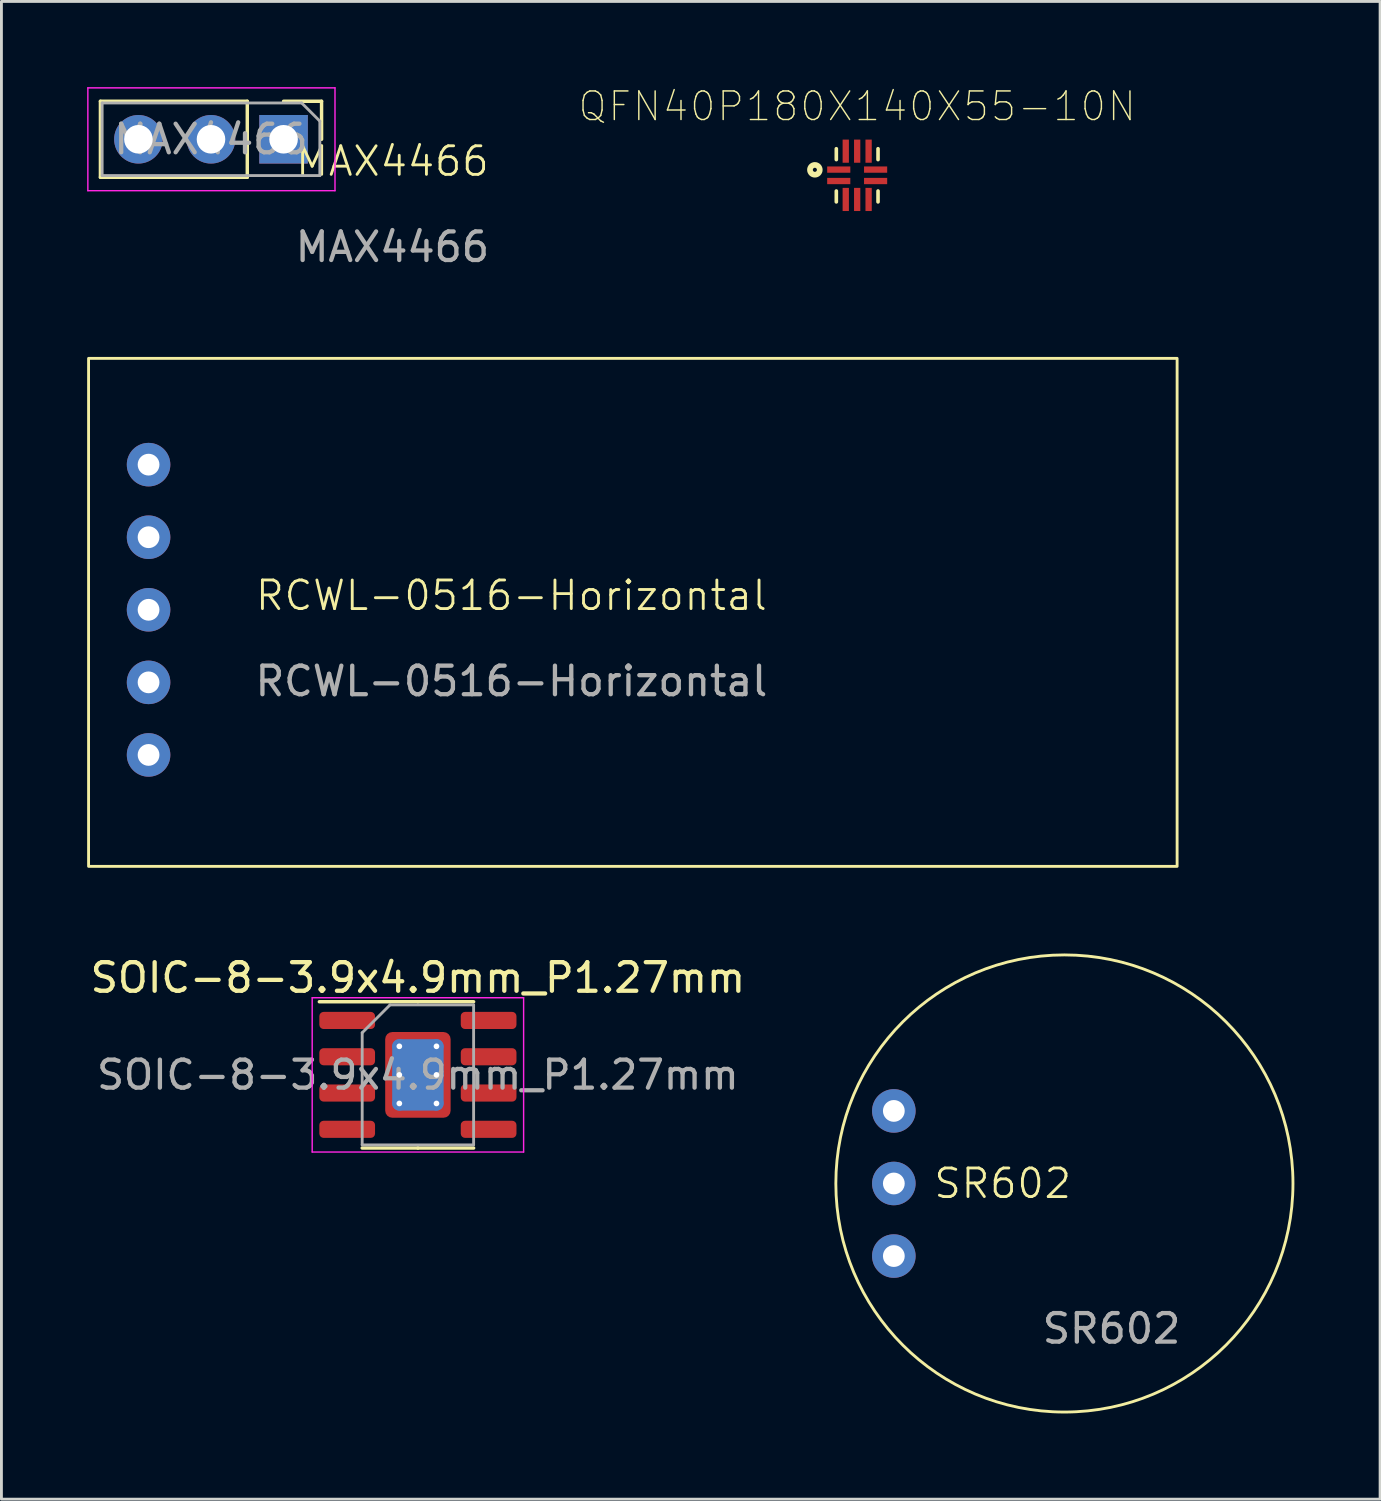
<source format=kicad_pcb>
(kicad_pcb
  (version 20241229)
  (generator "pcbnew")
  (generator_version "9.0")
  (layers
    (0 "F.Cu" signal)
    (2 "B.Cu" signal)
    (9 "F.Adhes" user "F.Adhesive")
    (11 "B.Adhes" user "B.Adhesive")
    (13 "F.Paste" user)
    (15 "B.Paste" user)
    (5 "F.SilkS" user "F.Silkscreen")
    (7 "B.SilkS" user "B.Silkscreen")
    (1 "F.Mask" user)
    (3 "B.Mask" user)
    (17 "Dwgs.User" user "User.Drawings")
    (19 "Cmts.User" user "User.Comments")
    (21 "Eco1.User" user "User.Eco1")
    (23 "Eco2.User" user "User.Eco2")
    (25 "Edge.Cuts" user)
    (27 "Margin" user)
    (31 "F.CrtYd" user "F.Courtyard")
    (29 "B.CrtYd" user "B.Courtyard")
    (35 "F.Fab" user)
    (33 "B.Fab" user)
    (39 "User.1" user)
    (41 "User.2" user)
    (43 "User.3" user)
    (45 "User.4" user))
  (footprint "QFN40P180X140X55-10N"
    (layer "F.Cu")
    (at 26.952 3.086)
    (property "Reference" "QFN40P180X140X55-10N" (at 0 -2.413 0) (layer "F.SilkS") (effects (font (size 1 1) (thickness 0.05))))
    (attr smd)
    (fp_line (start -0.73 -0.55) (end -0.73 -0.93) (stroke (width 0.127) (type solid)) (layer "F.SilkS"))
    (fp_line (start -0.73 0.93) (end -0.73 0.55) (stroke (width 0.127) (type solid)) (layer "F.SilkS"))
    (fp_line (start 0.73 -0.55) (end 0.73 -0.93) (stroke (width 0.127) (type solid)) (layer "F.SilkS"))
    (fp_line (start 0.73 0.93) (end 0.73 0.55) (stroke (width 0.127) (type solid)) (layer "F.SilkS"))
    (fp_circle (center -1.481 -0.192) (end -1.41 -0.192) (stroke (width 0.2) (type solid)) (fill no) (layer "F.SilkS"))
    (fp_line (start -1.3 -1.5) (end 1.3 -1.5) (stroke (width 0.05) (type solid)) (layer "Eco1.User"))
    (fp_line (start -1.3 1.5) (end -1.3 -1.5) (stroke (width 0.05) (type solid)) (layer "Eco1.User"))
    (fp_line (start 1.3 -1.5) (end 1.3 1.5) (stroke (width 0.05) (type solid)) (layer "Eco1.User"))
    (fp_line (start 1.3 1.5) (end -1.3 1.5) (stroke (width 0.05) (type solid)) (layer "Eco1.User"))
    (fp_line (start -0.73 -0.93) (end 0.73 -0.93) (stroke (width 0.127) (type solid)) (layer "Eco2.User"))
    (fp_line (start -0.73 0.93) (end -0.73 -0.93) (stroke (width 0.127) (type solid)) (layer "Eco2.User"))
    (fp_line (start 0.73 -0.93) (end 0.73 0.93) (stroke (width 0.127) (type solid)) (layer "Eco2.User"))
    (fp_line (start 0.73 0.93) (end -0.73 0.93) (stroke (width 0.127) (type solid)) (layer "Eco2.User"))
    (fp_circle (center -1.481 -0.192) (end -1.41 -0.192) (stroke (width 0.2) (type solid)) (fill no) (layer "Eco2.User"))
    (pad "1" smd rect (at -0.645 -0.2) (size 0.81 0.22) (layers "F.Cu" "F.Mask" "F.Paste"))
    (pad "2" smd rect (at -0.645 0.2) (size 0.81 0.22) (layers "F.Cu" "F.Mask" "F.Paste"))
    (pad "3" smd rect (at -0.4 0.845 270) (size 0.81 0.22) (layers "F.Cu" "F.Mask" "F.Paste"))
    (pad "4" smd rect (at 0 0.845 270) (size 0.81 0.22) (layers "F.Cu" "F.Mask" "F.Paste"))
    (pad "5" smd rect (at 0.4 0.845 270) (size 0.81 0.22) (layers "F.Cu" "F.Mask" "F.Paste"))
    (pad "6" smd rect (at 0.645 0.2) (size 0.81 0.22) (layers "F.Cu" "F.Mask" "F.Paste"))
    (pad "7" smd rect (at 0.645 -0.2) (size 0.81 0.22) (layers "F.Cu" "F.Mask" "F.Paste"))
    (pad "8" smd rect (at 0.4 -0.845 270) (size 0.81 0.22) (layers "F.Cu" "F.Mask" "F.Paste"))
    (pad "9" smd rect (at 0 -0.845 270) (size 0.81 0.22) (layers "F.Cu" "F.Mask" "F.Paste"))
    (pad "10" smd rect (at -0.4 -0.845 270) (size 0.81 0.22) (layers "F.Cu" "F.Mask" "F.Paste")))
  (footprint "SR602"
    (layer "F.Cu")
    (at 28.235 38.373)
    (property "Reference" "SR602" (at 3.81 0 0) (unlocked yes) (layer "F.SilkS") (effects (font (size 1 1) (thickness 0.1))))
    (attr through_hole)
    (fp_circle (center 5.97 0) (end 13.97 0) (stroke (width 0.1) (type default)) (fill no) (layer "F.SilkS"))
    (fp_text user "${REFERENCE}" (at 7.62 5.08 0) (unlocked yes) (layer "F.Fab") (effects (font (size 1 1) (thickness 0.15))))
    (pad "1" thru_hole circle (at 0 -2.54) (size 1.524 1.524) (drill 0.762) (layers "*.Cu" "*.Mask"))
    (pad "2" thru_hole circle (at 0 0) (size 1.524 1.524) (drill 0.762) (layers "*.Cu" "*.Mask"))
    (pad "3" thru_hole circle (at 0 2.54) (size 1.524 1.524) (drill 0.762) (layers "*.Cu" "*.Mask")))
  (footprint "RCWL-0516-Horizontal"
    (layer "F.Cu")
    (at 14.85 18.293)
    (property "Reference" "RCWL-0516-Horizontal" (at 0 -0.5 0) (unlocked yes) (layer "F.SilkS") (effects (font (size 1 1) (thickness 0.1))))
    (attr through_hole)
    (fp_rect (start -14.8 -8.8) (end 23.3 8.98) (stroke (width 0.1) (type default)) (fill no) (layer "F.SilkS"))
    (fp_text user "${REFERENCE}" (at 0 2.5 0) (unlocked yes) (layer "F.Fab") (effects (font (size 1 1) (thickness 0.15))))
    (pad "1" thru_hole circle (at -12.7 -5.08) (size 1.524 1.524) (drill 0.762) (layers "*.Cu" "*.Mask"))
    (pad "2" thru_hole circle (at -12.7 -2.54) (size 1.524 1.524) (drill 0.762) (layers "*.Cu" "*.Mask"))
    (pad "3" thru_hole circle (at -12.7 0) (size 1.524 1.524) (drill 0.762) (layers "*.Cu" "*.Mask"))
    (pad "4" thru_hole circle (at -12.7 2.54) (size 1.524 1.524) (drill 0.762) (layers "*.Cu" "*.Mask"))
    (pad "5" thru_hole circle (at -12.7 5.08) (size 1.524 1.524) (drill 0.762) (layers "*.Cu" "*.Mask")))
  (footprint "SOIC-8-3.9x4.9mm_P1.27mm"
    (layer "F.Cu")
    (at 11.577 34.572)
    (property "Reference" "SOIC-8-3.9x4.9mm_P1.27mm" (at 0 -3.4 0) (layer "F.SilkS") (effects (font (size 1 1) (thickness 0.15))))
    (attr smd)
    (fp_line (start 0 -2.56) (end -3.45 -2.56) (stroke (width 0.12) (type solid)) (layer "F.SilkS"))
    (fp_line (start 0 -2.56) (end 1.95 -2.56) (stroke (width 0.12) (type solid)) (layer "F.SilkS"))
    (fp_line (start 0 2.56) (end -1.95 2.56) (stroke (width 0.12) (type solid)) (layer "F.SilkS"))
    (fp_line (start 0 2.56) (end 1.95 2.56) (stroke (width 0.12) (type solid)) (layer "F.SilkS"))
    (fp_line (start -3.7 -2.7) (end -3.7 2.7) (stroke (width 0.05) (type solid)) (layer "F.CrtYd"))
    (fp_line (start -3.7 2.7) (end 3.7 2.7) (stroke (width 0.05) (type solid)) (layer "F.CrtYd"))
    (fp_line (start 3.7 -2.7) (end -3.7 -2.7) (stroke (width 0.05) (type solid)) (layer "F.CrtYd"))
    (fp_line (start 3.7 2.7) (end 3.7 -2.7) (stroke (width 0.05) (type solid)) (layer "F.CrtYd"))
    (fp_line (start -1.95 -1.475) (end -0.975 -2.45) (stroke (width 0.1) (type solid)) (layer "F.Fab"))
    (fp_line (start -1.95 2.45) (end -1.95 -1.475) (stroke (width 0.1) (type solid)) (layer "F.Fab"))
    (fp_line (start -0.975 -2.45) (end 1.95 -2.45) (stroke (width 0.1) (type solid)) (layer "F.Fab"))
    (fp_line (start 1.95 -2.45) (end 1.95 2.45) (stroke (width 0.1) (type solid)) (layer "F.Fab"))
    (fp_line (start 1.95 2.45) (end -1.95 2.45) (stroke (width 0.1) (type solid)) (layer "F.Fab"))
    (fp_text user "${REFERENCE}" (at 0 0 0) (layer "F.Fab") (effects (font (size 0.98 0.98) (thickness 0.15))))
    (pad "" smd roundrect (at -0.57 -0.75) (size 0.96 1.25) (layers "F.Paste") (roundrect_rratio 0.25))
    (pad "" smd roundrect (at -0.57 0.75) (size 0.96 1.25) (layers "F.Paste") (roundrect_rratio 0.25))
    (pad "" smd roundrect (at 0.57 -0.75) (size 0.96 1.25) (layers "F.Paste") (roundrect_rratio 0.25))
    (pad "" smd roundrect (at 0.57 0.75) (size 0.96 1.25) (layers "F.Paste") (roundrect_rratio 0.25))
    (pad "1" smd roundrect (at -2.475 -1.905) (size 1.95 0.6) (layers "F.Cu" "F.Mask" "F.Paste") (roundrect_rratio 0.25))
    (pad "2" smd roundrect (at -2.475 -0.635) (size 1.95 0.6) (layers "F.Cu" "F.Mask" "F.Paste") (roundrect_rratio 0.25))
    (pad "3" smd roundrect (at -2.475 0.635) (size 1.95 0.6) (layers "F.Cu" "F.Mask" "F.Paste") (roundrect_rratio 0.25))
    (pad "4" smd roundrect (at -2.475 1.905) (size 1.95 0.6) (layers "F.Cu" "F.Mask" "F.Paste") (roundrect_rratio 0.25))
    (pad "5" smd roundrect (at 2.475 1.905) (size 1.95 0.6) (layers "F.Cu" "F.Mask" "F.Paste") (roundrect_rratio 0.25))
    (pad "6" smd roundrect (at 2.475 0.635) (size 1.95 0.6) (layers "F.Cu" "F.Mask" "F.Paste") (roundrect_rratio 0.25))
    (pad "7" smd roundrect (at 2.475 -0.635) (size 1.95 0.6) (layers "F.Cu" "F.Mask" "F.Paste") (roundrect_rratio 0.25))
    (pad "8" smd roundrect (at 2.475 -1.905) (size 1.95 0.6) (layers "F.Cu" "F.Mask" "F.Paste") (roundrect_rratio 0.25))
    (pad "9" thru_hole circle (at -0.65 -1) (size 0.5 0.5) (drill 0.2) (layers "*.Cu"))
    (pad "9" thru_hole circle (at -0.65 0) (size 0.5 0.5) (drill 0.2) (layers "*.Cu"))
    (pad "9" thru_hole circle (at -0.65 1) (size 0.5 0.5) (drill 0.2) (layers "*.Cu"))
    (pad "9" smd roundrect (at 0 0) (size 1.8 2.5) (layers "B.Cu") (roundrect_rratio 0.139))
    (pad "9" smd roundrect (at 0 0) (size 2.29 3) (layers "F.Cu" "F.Mask") (roundrect_rratio 0.109))
    (pad "9" thru_hole circle (at 0.65 -1) (size 0.5 0.5) (drill 0.2) (layers "*.Cu"))
    (pad "9" thru_hole circle (at 0.65 0) (size 0.5 0.5) (drill 0.2) (layers "*.Cu"))
    (pad "9" thru_hole circle (at 0.65 1) (size 0.5 0.5) (drill 0.2) (layers "*.Cu")))
  (footprint "MAX4466"
    (layer "F.Cu")
    (at 4.335 1.825)
    (property "Reference" "MAX4466" (at 6.35 0.77 0) (unlocked yes) (layer "F.SilkS") (effects (font (size 1 1) (thickness 0.1))))
    (attr through_hole)
    (fp_line (start -3.87 -1.33) (end -3.87 1.33) (stroke (width 0.12) (type solid)) (layer "F.SilkS"))
    (fp_line (start 1.27 -1.33) (end -3.87 -1.33) (stroke (width 0.12) (type solid)) (layer "F.SilkS"))
    (fp_line (start 1.27 -1.33) (end 1.27 1.33) (stroke (width 0.12) (type solid)) (layer "F.SilkS"))
    (fp_line (start 1.27 1.33) (end -3.87 1.33) (stroke (width 0.12) (type solid)) (layer "F.SilkS"))
    (fp_line (start 2.54 -1.33) (end 3.87 -1.33) (stroke (width 0.12) (type solid)) (layer "F.SilkS"))
    (fp_line (start 3.87 -1.33) (end 3.87 0) (stroke (width 0.12) (type solid)) (layer "F.SilkS"))
    (fp_line (start -4.31 -1.8) (end -4.31 1.8) (stroke (width 0.05) (type solid)) (layer "F.CrtYd"))
    (fp_line (start -4.31 1.8) (end 4.34 1.8) (stroke (width 0.05) (type solid)) (layer "F.CrtYd"))
    (fp_line (start 4.34 -1.8) (end -4.31 -1.8) (stroke (width 0.05) (type solid)) (layer "F.CrtYd"))
    (fp_line (start 4.34 1.8) (end 4.34 -1.8) (stroke (width 0.05) (type solid)) (layer "F.CrtYd"))
    (fp_line (start -3.81 -1.27) (end 3.175 -1.27) (stroke (width 0.1) (type solid)) (layer "F.Fab"))
    (fp_line (start -3.81 1.27) (end -3.81 -1.27) (stroke (width 0.1) (type solid)) (layer "F.Fab"))
    (fp_line (start 3.175 -1.27) (end 3.81 -0.635) (stroke (width 0.1) (type solid)) (layer "F.Fab"))
    (fp_line (start 3.81 -0.635) (end 3.81 1.27) (stroke (width 0.1) (type solid)) (layer "F.Fab"))
    (fp_line (start 3.81 1.27) (end -3.81 1.27) (stroke (width 0.1) (type solid)) (layer "F.Fab"))
    (fp_text user "${REFERENCE}" (at 0 0 0) (layer "F.Fab") (effects (font (size 1 1) (thickness 0.15))))
    (fp_text user "${REFERENCE}" (at 6.35 3.77 0) (unlocked yes) (layer "F.Fab") (effects (font (size 1 1) (thickness 0.15))))
    (pad "1" thru_hole rect (at 2.54 0 270) (size 1.7 1.7) (drill 1) (layers "*.Cu" "*.Mask"))
    (pad "2" thru_hole oval (at 0 0 270) (size 1.7 1.7) (drill 1) (layers "*.Cu" "*.Mask"))
    (pad "3" thru_hole oval (at -2.54 0 270) (size 1.7 1.7) (drill 1) (layers "*.Cu" "*.Mask")))
  (gr_rect
    (start -3 -3)
    (end 45.255 49.423)
    (stroke (width 0.1) (type default))
    (fill no)
    (layer "Edge.Cuts")))
</source>
